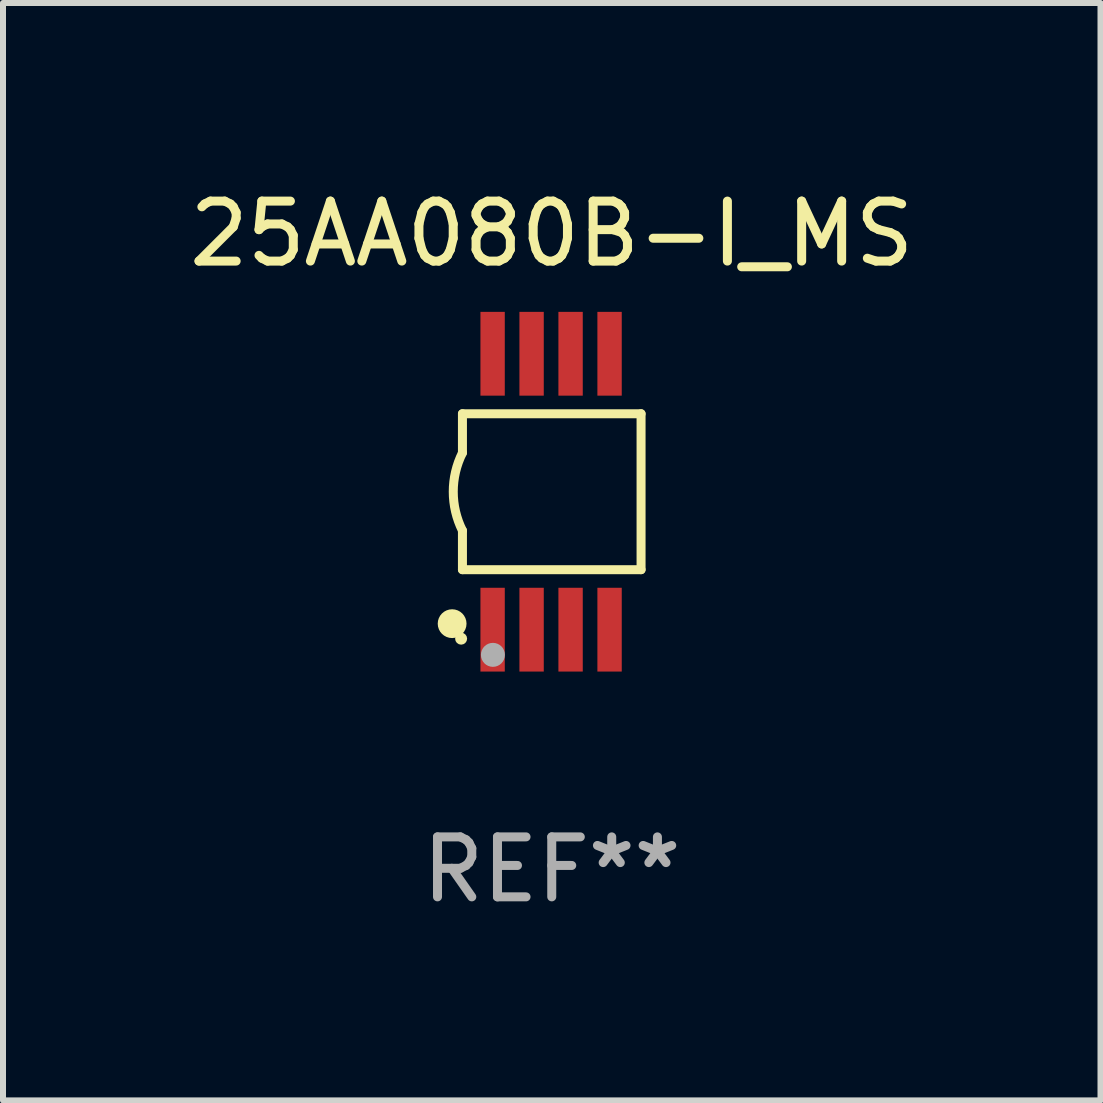
<source format=kicad_pcb>
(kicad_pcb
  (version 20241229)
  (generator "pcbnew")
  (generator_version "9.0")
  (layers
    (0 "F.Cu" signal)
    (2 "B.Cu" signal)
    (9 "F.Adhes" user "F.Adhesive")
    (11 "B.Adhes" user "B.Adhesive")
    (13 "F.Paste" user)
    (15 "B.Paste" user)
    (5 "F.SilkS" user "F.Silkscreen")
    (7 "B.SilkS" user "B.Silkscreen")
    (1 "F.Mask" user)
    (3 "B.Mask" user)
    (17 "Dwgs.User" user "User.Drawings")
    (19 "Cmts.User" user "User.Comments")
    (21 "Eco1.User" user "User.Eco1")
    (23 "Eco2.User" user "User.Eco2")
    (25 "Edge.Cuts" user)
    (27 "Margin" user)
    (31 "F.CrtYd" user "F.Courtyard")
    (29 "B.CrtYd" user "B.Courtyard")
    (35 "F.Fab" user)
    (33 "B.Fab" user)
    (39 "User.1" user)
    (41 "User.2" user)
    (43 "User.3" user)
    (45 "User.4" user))
  (footprint "25AA080B-I_MS"
    (layer "F.Cu")
    (at 6.149 5.148)
    (property "Reference" "25AA080B-I_MS" (at 0 -4.3 0) (layer "F.SilkS") (effects (font (size 1 1) (thickness 0.15))))
    (attr through_hole)
    (fp_line (start -1.489 -1.3) (end -1.489 -0.648) (stroke (width 0.15) (type solid)) (layer "F.SilkS"))
    (fp_line (start -1.489 0.648) (end -1.489 1.3) (stroke (width 0.15) (type solid)) (layer "F.SilkS"))
    (fp_line (start -1.489 1.3) (end 1.489 1.3) (stroke (width 0.15) (type solid)) (layer "F.SilkS"))
    (fp_line (start 1.489 -1.3) (end -1.489 -1.3) (stroke (width 0.15) (type solid)) (layer "F.SilkS"))
    (fp_line (start 1.489 1.3) (end 1.489 -1.3) (stroke (width 0.15) (type solid)) (layer "F.SilkS"))
    (fp_arc (start -1.489205 0.647702) (mid -1.642107 0) (end -1.489205 -0.647701) (stroke (width 0.150013) (type solid)) (layer "F.SilkS"))
    (fp_circle (center -1.661 2.2) (end -1.541 2.2) (stroke (width 0.24) (type solid)) (fill no) (layer "F.SilkS"))
    (fp_circle (center -1.511 2.45) (end -1.461 2.45) (stroke (width 0.1) (type solid)) (fill no) (layer "F.SilkS"))
    (fp_circle (center -0.981 2.72) (end -0.881 2.72) (stroke (width 0.2) (type solid)) (fill no) (layer "F.Fab"))
    (fp_text user "REF**" (at 0 6.3 0) (layer "F.Fab") (effects (font (size 1 1) (thickness 0.15))))
    (pad "1" smd rect (at -0.986 2.3) (size 0.406 1.397) (layers "F.Cu" "F.Mask" "F.Paste"))
    (pad "2" smd rect (at -0.336 2.3) (size 0.406 1.397) (layers "F.Cu" "F.Mask" "F.Paste"))
    (pad "3" smd rect (at 0.314 2.3) (size 0.406 1.397) (layers "F.Cu" "F.Mask" "F.Paste"))
    (pad "4" smd rect (at 0.964 2.3) (size 0.406 1.397) (layers "F.Cu" "F.Mask" "F.Paste"))
    (pad "5" smd rect (at 0.964 -2.3) (size 0.406 1.397) (layers "F.Cu" "F.Mask" "F.Paste"))
    (pad "6" smd rect (at 0.314 -2.3) (size 0.406 1.397) (layers "F.Cu" "F.Mask" "F.Paste"))
    (pad "7" smd rect (at -0.336 -2.3) (size 0.406 1.397) (layers "F.Cu" "F.Mask" "F.Paste"))
    (pad "8" smd rect (at -0.986 -2.3) (size 0.406 1.397) (layers "F.Cu" "F.Mask" "F.Paste")))
  (gr_rect
    (start -3 -3)
    (end 15.298 15.296)
    (stroke (width 0.1) (type default))
    (fill no)
    (layer "Edge.Cuts")))
</source>
